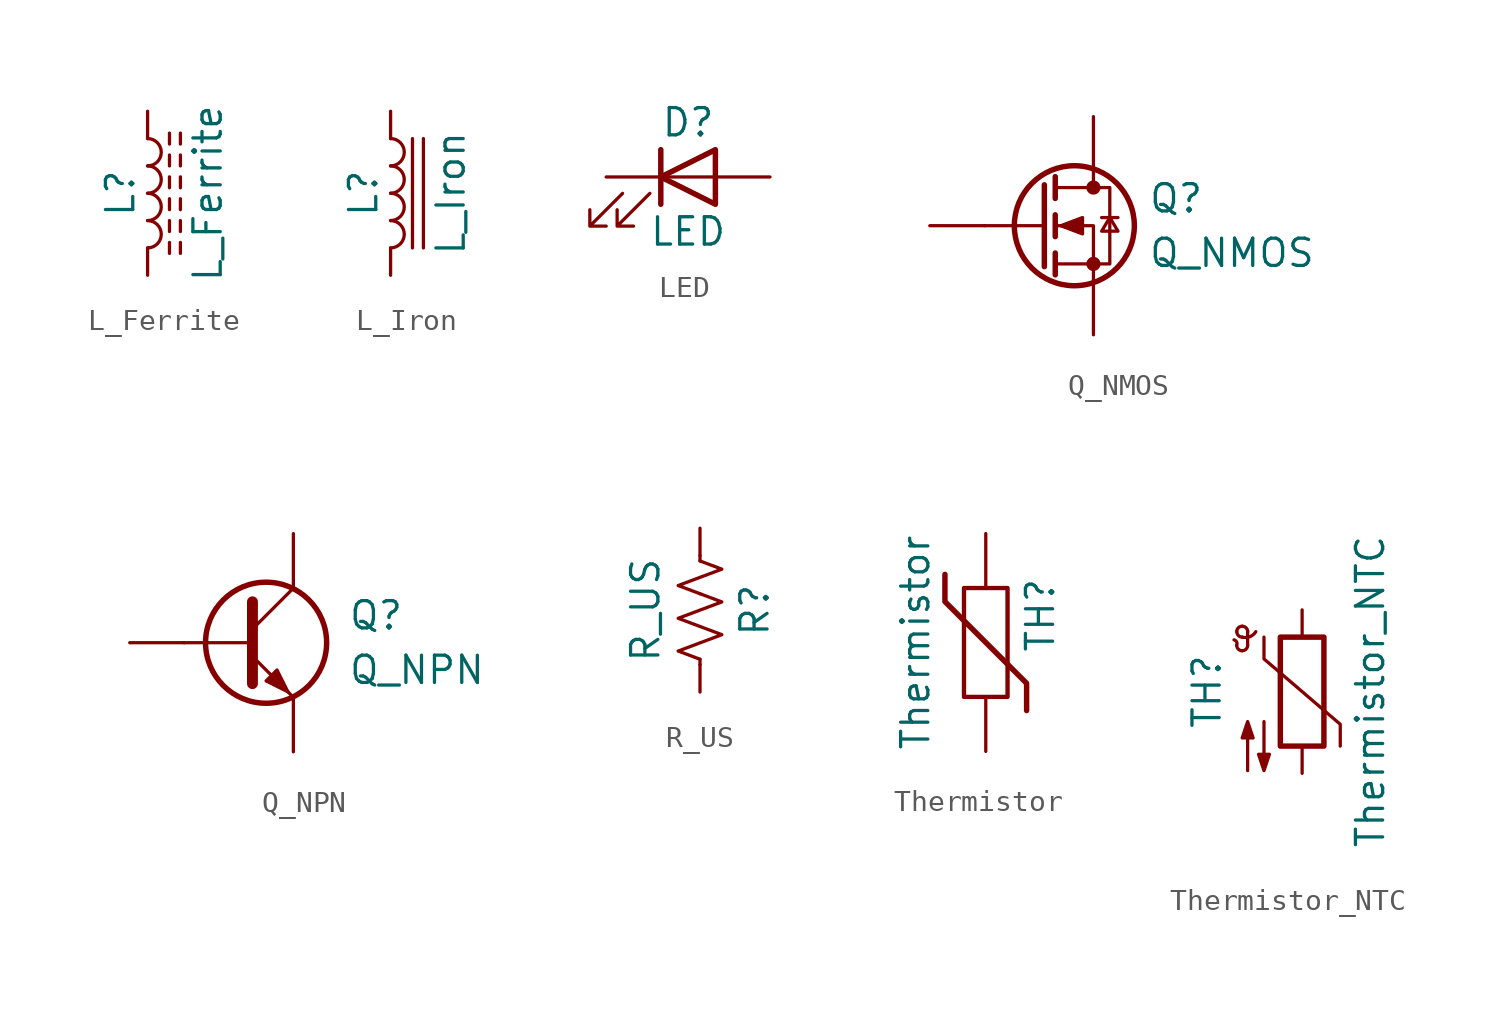
<source format=kicad_sym>
(kicad_symbol_lib
  (version 20241209)
  (generator "kicad_symbol_editor")
  (generator_version "9.0")
  (symbol "L_Ferrite"
    (pin_numbers
      (hide yes))
    (pin_names
      (offset 1.016)
      (hide yes))
    (property "Reference" "L"
      (at -1.27 0 90)
      (effects (font (size 1.27 1.27))))
    (property "Value" "L_Ferrite"
      (at 2.794 0 90)
      (effects (font (size 1.27 1.27))))
    (symbol "L_Ferrite_0_1"
      (arc (start 0 2.54) (mid 0.6323 1.905) (end 0 1.27) (stroke (width 0) (type default)) (fill (type none)))
      (arc (start 0 1.27) (mid 0.6323 0.635) (end 0 0) (stroke (width 0) (type default)) (fill (type none)))
      (arc (start 0 0) (mid 0.6323 -0.635) (end 0 -1.27) (stroke (width 0) (type default)) (fill (type none)))
      (arc (start 0 -1.27) (mid 0.6323 -1.905) (end 0 -2.54) (stroke (width 0) (type default)) (fill (type none)))
      (polyline (pts (xy 1.016 2.286) (xy 1.016 2.794)) (stroke (width 0) (type default)) (fill (type none)))
      (polyline (pts (xy 1.016 1.27) (xy 1.016 1.778)) (stroke (width 0) (type default)) (fill (type none)))
      (polyline (pts (xy 1.016 0.254) (xy 1.016 0.762)) (stroke (width 0) (type default)) (fill (type none)))
      (polyline (pts (xy 1.016 -0.762) (xy 1.016 -0.254)) (stroke (width 0) (type default)) (fill (type none)))
      (polyline (pts (xy 1.016 -1.778) (xy 1.016 -1.27)) (stroke (width 0) (type default)) (fill (type none)))
      (polyline (pts (xy 1.016 -2.794) (xy 1.016 -2.286)) (stroke (width 0) (type default)) (fill (type none)))
      (polyline (pts (xy 1.524 2.794) (xy 1.524 2.286)) (stroke (width 0) (type default)) (fill (type none)))
      (polyline (pts (xy 1.524 1.778) (xy 1.524 1.27)) (stroke (width 0) (type default)) (fill (type none)))
      (polyline (pts (xy 1.524 0.762) (xy 1.524 0.254)) (stroke (width 0) (type default)) (fill (type none)))
      (polyline (pts (xy 1.524 -0.254) (xy 1.524 -0.762)) (stroke (width 0) (type default)) (fill (type none)))
      (polyline (pts (xy 1.524 -1.27) (xy 1.524 -1.778)) (stroke (width 0) (type default)) (fill (type none)))
      (polyline (pts (xy 1.524 -2.286) (xy 1.524 -2.794)) (stroke (width 0) (type default)) (fill (type none))))
    (symbol "L_Ferrite_1_1"
      (pin passive line (at 0 3.81 270) (length 1.27) (name "1" (effects (font (size 1.27 1.27)))) (number "1" (effects (font (size 1.27 1.27)))))
      (pin passive line (at 0 -3.81 90) (length 1.27) (name "2" (effects (font (size 1.27 1.27)))) (number "2" (effects (font (size 1.27 1.27)))))))
  (symbol "L_Iron"
    (pin_numbers
      (hide yes))
    (pin_names
      (offset 1.016)
      (hide yes))
    (property "Reference" "L"
      (at -1.27 0 90)
      (effects (font (size 1.27 1.27))))
    (property "Value" "L_Iron"
      (at 2.794 0 90)
      (effects (font (size 1.27 1.27))))
    (symbol "L_Iron_0_1"
      (arc (start 0 2.54) (mid 0.6323 1.905) (end 0 1.27) (stroke (width 0) (type default)) (fill (type none)))
      (arc (start 0 1.27) (mid 0.6323 0.635) (end 0 0) (stroke (width 0) (type default)) (fill (type none)))
      (arc (start 0 0) (mid 0.6323 -0.635) (end 0 -1.27) (stroke (width 0) (type default)) (fill (type none)))
      (arc (start 0 -1.27) (mid 0.6323 -1.905) (end 0 -2.54) (stroke (width 0) (type default)) (fill (type none)))
      (polyline (pts (xy 1.016 2.54) (xy 1.016 -2.54)) (stroke (width 0) (type default)) (fill (type none)))
      (polyline (pts (xy 1.524 -2.54) (xy 1.524 2.54)) (stroke (width 0) (type default)) (fill (type none))))
    (symbol "L_Iron_1_1"
      (pin passive line (at 0 3.81 270) (length 1.27) (name "1" (effects (font (size 1.27 1.27)))) (number "1" (effects (font (size 1.27 1.27)))))
      (pin passive line (at 0 -3.81 90) (length 1.27) (name "2" (effects (font (size 1.27 1.27)))) (number "2" (effects (font (size 1.27 1.27)))))))
  (symbol "LED"
    (pin_numbers
      (hide yes))
    (pin_names
      (offset 1.016)
      (hide yes))
    (property "Reference" "D"
      (at 0 2.54 0)
      (effects (font (size 1.27 1.27))))
    (property "Value" "LED"
      (at 0 -2.54 0)
      (effects (font (size 1.27 1.27))))
    (symbol "LED_0_1"
      (polyline (pts (xy -3.048 -0.762) (xy -4.572 -2.286) (xy -3.81 -2.286) (xy -4.572 -2.286) (xy -4.572 -1.524)) (stroke (width 0) (type default)) (fill (type none)))
      (polyline (pts (xy -1.778 -0.762) (xy -3.302 -2.286) (xy -2.54 -2.286) (xy -3.302 -2.286) (xy -3.302 -1.524)) (stroke (width 0) (type default)) (fill (type none)))
      (polyline (pts (xy -1.27 0) (xy 1.27 0)) (stroke (width 0) (type default)) (fill (type none)))
      (polyline (pts (xy -1.27 -1.27) (xy -1.27 1.27)) (stroke (width 0.254) (type default)) (fill (type none)))
      (polyline (pts (xy 1.27 -1.27) (xy 1.27 1.27) (xy -1.27 0) (xy 1.27 -1.27)) (stroke (width 0.254) (type default)) (fill (type none))))
    (symbol "LED_1_1"
      (pin passive line (at -3.81 0 0) (length 2.54) (name "K" (effects (font (size 1.27 1.27)))) (number "1" (effects (font (size 1.27 1.27)))))
      (pin passive line (at 3.81 0 180) (length 2.54) (name "A" (effects (font (size 1.27 1.27)))) (number "2" (effects (font (size 1.27 1.27)))))))
  (symbol "Q_NMOS"
    (pin_numbers
      (hide yes))
    (pin_names
      (offset 0)
      (hide yes))
    (property "Reference" "Q"
      (at 5.08 1.27 0)
      (effects (font (size 1.27 1.27)) (justify left)))
    (property "Value" "Q_NMOS"
      (at 5.08 -1.27 0)
      (effects (font (size 1.27 1.27)) (justify left)))
    (symbol "Q_NMOS_0_1"
      (polyline (pts (xy 0.254 1.905) (xy 0.254 -1.905)) (stroke (width 0.254) (type default)) (fill (type none)))
      (polyline (pts (xy 0.254 0) (xy -2.54 0)) (stroke (width 0) (type default)) (fill (type none)))
      (polyline (pts (xy 0.762 2.286) (xy 0.762 1.27)) (stroke (width 0.254) (type default)) (fill (type none)))
      (polyline (pts (xy 0.762 0.508) (xy 0.762 -0.508)) (stroke (width 0.254) (type default)) (fill (type none)))
      (polyline (pts (xy 0.762 -1.27) (xy 0.762 -2.286)) (stroke (width 0.254) (type default)) (fill (type none)))
      (polyline (pts (xy 0.762 -1.778) (xy 3.302 -1.778) (xy 3.302 1.778) (xy 0.762 1.778)) (stroke (width 0) (type default)) (fill (type none)))
      (polyline (pts (xy 1.016 0) (xy 2.032 0.381) (xy 2.032 -0.381) (xy 1.016 0)) (stroke (width 0) (type default)) (fill (type outline)))
      (circle (center 1.651 0) (radius 2.794) (stroke (width 0.254) (type default)) (fill (type none)))
      (polyline (pts (xy 2.54 2.54) (xy 2.54 1.778)) (stroke (width 0) (type default)) (fill (type none)))
      (circle (center 2.54 1.778) (radius 0.254) (stroke (width 0) (type default)) (fill (type outline)))
      (circle (center 2.54 -1.778) (radius 0.254) (stroke (width 0) (type default)) (fill (type outline)))
      (polyline (pts (xy 2.54 -2.54) (xy 2.54 0) (xy 0.762 0)) (stroke (width 0) (type default)) (fill (type none)))
      (polyline (pts (xy 2.921 0.381) (xy 3.683 0.381)) (stroke (width 0) (type default)) (fill (type none)))
      (polyline (pts (xy 3.302 0.381) (xy 2.921 -0.254) (xy 3.683 -0.254) (xy 3.302 0.381)) (stroke (width 0) (type default)) (fill (type none))))
    (symbol "Q_NMOS_1_1"
      (pin input line (at -5.08 0 0) (length 2.54) (name "G" (effects (font (size 1.27 1.27)))) (number "G" (effects (font (size 1.27 1.27)))))
      (pin passive line (at 2.54 5.08 270) (length 2.54) (name "D" (effects (font (size 1.27 1.27)))) (number "D" (effects (font (size 1.27 1.27)))))
      (pin passive line (at 2.54 -5.08 90) (length 2.54) (name "S" (effects (font (size 1.27 1.27)))) (number "S" (effects (font (size 1.27 1.27)))))))
  (symbol "Q_NPN"
    (pin_numbers
      (hide yes))
    (pin_names
      (offset 0)
      (hide yes))
    (property "Reference" "Q"
      (at 5.08 1.27 0)
      (effects (font (size 1.27 1.27)) (justify left)))
    (property "Value" "Q_NPN"
      (at 5.08 -1.27 0)
      (effects (font (size 1.27 1.27)) (justify left)))
    (symbol "Q_NPN_0_1"
      (polyline (pts (xy -2.54 0) (xy 0.635 0)) (stroke (width 0) (type default)) (fill (type none)))
      (polyline (pts (xy 0.635 1.905) (xy 0.635 -1.905)) (stroke (width 0.508) (type default)) (fill (type none)))
      (polyline (pts (xy 0.635 0.635) (xy 2.54 2.54)) (stroke (width 0) (type default)) (fill (type none)))
      (polyline (pts (xy 0.635 -0.635) (xy 2.54 -2.54)) (stroke (width 0) (type default)) (fill (type none)))
      (circle (center 1.27 0) (radius 2.819) (stroke (width 0.254) (type default)) (fill (type none)))
      (polyline (pts (xy 1.27 -1.778) (xy 1.778 -1.27) (xy 2.286 -2.286) (xy 1.27 -1.778)) (stroke (width 0) (type default)) (fill (type outline))))
    (symbol "Q_NPN_1_1"
      (pin input line (at -5.08 0 0) (length 2.54) (name "B" (effects (font (size 1.27 1.27)))) (number "B" (effects (font (size 1.27 1.27)))))
      (pin passive line (at 2.54 5.08 270) (length 2.54) (name "C" (effects (font (size 1.27 1.27)))) (number "C" (effects (font (size 1.27 1.27)))))
      (pin passive line (at 2.54 -5.08 90) (length 2.54) (name "E" (effects (font (size 1.27 1.27)))) (number "E" (effects (font (size 1.27 1.27)))))))
  (symbol "R_US"
    (pin_numbers
      (hide yes))
    (pin_names
      (offset 0))
    (property "Reference" "R"
      (at 2.54 0 90)
      (effects (font (size 1.27 1.27))))
    (property "Value" "R_US"
      (at -2.54 0 90)
      (effects (font (size 1.27 1.27))))
    (symbol "R_US_0_1"
      (polyline (pts (xy 0 2.286) (xy 0 2.54)) (stroke (width 0) (type default)) (fill (type none)))
      (polyline (pts (xy 0 2.286) (xy 1.016 1.905) (xy 0 1.524) (xy -1.016 1.143) (xy 0 0.762)) (stroke (width 0) (type default)) (fill (type none)))
      (polyline (pts (xy 0 0.762) (xy 1.016 0.381) (xy 0 0) (xy -1.016 -0.381) (xy 0 -0.762)) (stroke (width 0) (type default)) (fill (type none)))
      (polyline (pts (xy 0 -0.762) (xy 1.016 -1.143) (xy 0 -1.524) (xy -1.016 -1.905) (xy 0 -2.286)) (stroke (width 0) (type default)) (fill (type none)))
      (polyline (pts (xy 0 -2.286) (xy 0 -2.54)) (stroke (width 0) (type default)) (fill (type none))))
    (symbol "R_US_1_1"
      (pin passive line (at 0 3.81 270) (length 1.27) (name "~" (effects (font (size 1.27 1.27)))) (number "1" (effects (font (size 1.27 1.27)))))
      (pin passive line (at 0 -3.81 90) (length 1.27) (name "~" (effects (font (size 1.27 1.27)))) (number "2" (effects (font (size 1.27 1.27)))))))
  (symbol "Thermistor"
    (pin_numbers
      (hide yes))
    (pin_names
      (offset 0))
    (property "Reference" "TH"
      (at 2.54 1.27 90)
      (effects (font (size 1.27 1.27))))
    (property "Value" "Thermistor"
      (at -2.54 0 90)
      (effects (font (size 1.27 1.27)) (justify bottom)))
    (symbol "Thermistor_0_1"
      (polyline (pts (xy -1.905 3.175) (xy -1.905 1.905) (xy 1.905 -1.905) (xy 1.905 -3.175) (xy 1.905 -3.175)) (stroke (width 0.254) (type default)) (fill (type none)))
      (rectangle (start -1.016 2.54) (end 1.016 -2.54) (stroke (width 0.203) (type default)) (fill (type none))))
    (symbol "Thermistor_1_1"
      (pin passive line (at 0 5.08 270) (length 2.54) (name "~" (effects (font (size 1.27 1.27)))) (number "1" (effects (font (size 1.27 1.27)))))
      (pin passive line (at 0 -5.08 90) (length 2.54) (name "~" (effects (font (size 1.27 1.27)))) (number "2" (effects (font (size 1.27 1.27)))))))
  (symbol "Thermistor_NTC"
    (pin_numbers
      (hide yes))
    (pin_names
      (offset 0))
    (property "Reference" "TH"
      (at -4.445 0 90)
      (effects (font (size 1.27 1.27))))
    (property "Value" "Thermistor_NTC"
      (at 3.175 0 90)
      (effects (font (size 1.27 1.27))))
    (symbol "Thermistor_NTC_0_1"
      (arc (start -3.175 2.413) (mid -3.0506 2.3165) (end -3.048 2.159) (stroke (width 0) (type default)) (fill (type none)))
      (arc (start -3.048 2.794) (mid -2.9736 2.9736) (end -2.794 3.048) (stroke (width 0) (type default)) (fill (type none)))
      (arc (start -2.794 3.048) (mid -2.6144 2.9736) (end -2.54 2.794) (stroke (width 0) (type default)) (fill (type none)))
      (arc (start -2.794 2.54) (mid -2.9736 2.6144) (end -3.048 2.794) (stroke (width 0) (type default)) (fill (type none)))
      (arc (start -2.794 1.905) (mid -2.9736 1.9794) (end -3.048 2.159) (stroke (width 0) (type default)) (fill (type none)))
      (arc (start -2.54 2.159) (mid -2.6144 1.9794) (end -2.794 1.905) (stroke (width 0) (type default)) (fill (type none)))
      (arc (start -2.159 2.794) (mid -2.434 2.5608) (end -2.794 2.54) (stroke (width 0) (type default)) (fill (type none)))
      (polyline (pts (xy -2.54 2.159) (xy -2.54 2.794)) (stroke (width 0) (type default)) (fill (type none)))
      (polyline (pts (xy -2.54 -3.683) (xy -2.54 -1.397) (xy -2.794 -2.159) (xy -2.286 -2.159) (xy -2.54 -1.397) (xy -2.54 -1.651)) (stroke (width 0) (type default)) (fill (type outline)))
      (polyline (pts (xy -1.778 2.54) (xy -1.778 1.524) (xy 1.778 -1.524) (xy 1.778 -2.54)) (stroke (width 0) (type default)) (fill (type none)))
      (polyline (pts (xy -1.778 -1.397) (xy -1.778 -3.683) (xy -2.032 -2.921) (xy -1.524 -2.921) (xy -1.778 -3.683) (xy -1.778 -3.429)) (stroke (width 0) (type default)) (fill (type outline)))
      (rectangle (start -1.016 2.54) (end 1.016 -2.54) (stroke (width 0.254) (type default)) (fill (type none))))
    (symbol "Thermistor_NTC_1_1"
      (pin passive line (at 0 3.81 270) (length 1.27) (name "~" (effects (font (size 1.27 1.27)))) (number "1" (effects (font (size 1.27 1.27)))))
      (pin passive line (at 0 -3.81 90) (length 1.27) (name "~" (effects (font (size 1.27 1.27)))) (number "2" (effects (font (size 1.27 1.27))))))))
</source>
